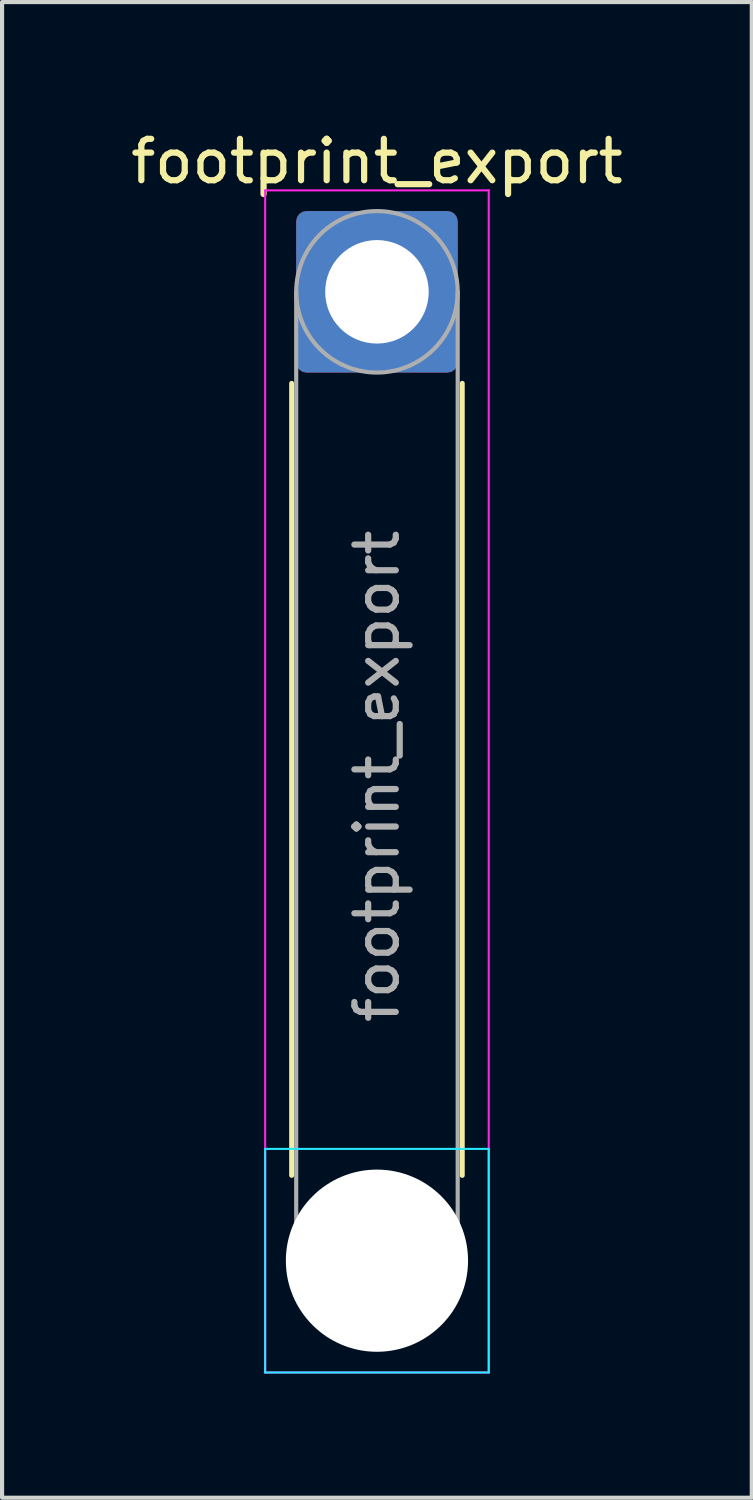
<source format=kicad_pcb>
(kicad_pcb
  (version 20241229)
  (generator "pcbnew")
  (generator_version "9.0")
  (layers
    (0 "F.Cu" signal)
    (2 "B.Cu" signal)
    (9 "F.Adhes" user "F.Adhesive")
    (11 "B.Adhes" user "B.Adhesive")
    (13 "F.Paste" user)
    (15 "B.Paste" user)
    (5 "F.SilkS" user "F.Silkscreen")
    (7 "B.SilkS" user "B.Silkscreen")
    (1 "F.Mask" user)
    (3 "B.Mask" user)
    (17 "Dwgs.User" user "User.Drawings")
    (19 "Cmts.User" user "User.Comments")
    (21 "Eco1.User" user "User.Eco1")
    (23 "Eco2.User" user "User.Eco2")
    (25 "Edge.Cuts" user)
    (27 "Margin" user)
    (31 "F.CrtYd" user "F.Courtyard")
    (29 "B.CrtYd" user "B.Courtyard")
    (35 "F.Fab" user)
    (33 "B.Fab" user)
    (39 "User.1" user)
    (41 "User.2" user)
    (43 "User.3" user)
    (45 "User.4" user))
  (footprint "footprint_export"
    (layer "F.Cu")
    (at 6.054 3.998)
    (property "Reference" "footprint_export" (at 0 -3.15 0) (layer "F.SilkS") (effects (font (size 1 1) (thickness 0.15))))
    (attr exclude_from_pos_files exclude_from_bom)
    (fp_line (start -2.06 2.21) (end -2.06 21.34) (stroke (width 0.12) (type solid)) (layer "F.SilkS"))
    (fp_line (start 2.06 2.21) (end 2.06 21.34) (stroke (width 0.12) (type solid)) (layer "F.SilkS"))
    (fp_line (start -2.7 20.7) (end -2.7 26.1) (stroke (width 0.05) (type solid)) (layer "B.CrtYd"))
    (fp_line (start -2.7 26.1) (end 2.7 26.1) (stroke (width 0.05) (type solid)) (layer "B.CrtYd"))
    (fp_line (start 2.7 20.7) (end -2.7 20.7) (stroke (width 0.05) (type solid)) (layer "B.CrtYd"))
    (fp_line (start 2.7 26.1) (end 2.7 20.7) (stroke (width 0.05) (type solid)) (layer "B.CrtYd"))
    (fp_line (start -2.7 -2.45) (end -2.7 26.1) (stroke (width 0.05) (type solid)) (layer "F.CrtYd"))
    (fp_line (start -2.7 26.1) (end 2.7 26.1) (stroke (width 0.05) (type solid)) (layer "F.CrtYd"))
    (fp_line (start 2.7 -2.45) (end -2.7 -2.45) (stroke (width 0.05) (type solid)) (layer "F.CrtYd"))
    (fp_line (start 2.7 26.1) (end 2.7 -2.45) (stroke (width 0.05) (type solid)) (layer "F.CrtYd"))
    (fp_line (start -1.95 0) (end -1.95 23.4) (stroke (width 0.1) (type solid)) (layer "F.Fab"))
    (fp_line (start 1.95 0) (end 1.95 23.4) (stroke (width 0.1) (type solid)) (layer "F.Fab"))
    (fp_circle (center 0 0) (end 1.95 0) (stroke (width 0.1) (type solid)) (fill no) (layer "F.Fab"))
    (fp_circle (center 0 23.4) (end 1.95 23.4) (stroke (width 0.1) (type solid)) (fill no) (layer "F.Fab"))
    (fp_text user "${REFERENCE}" (at 0 11.7 90) (layer "F.Fab") (effects (font (size 1 1) (thickness 0.15))))
    (pad "" np_thru_hole circle (at 0 23.4) (size 4.4 4.4) (drill 4.4) (layers "*.Cu" "*.Mask"))
    (pad "1" thru_hole roundrect (at 0 0) (size 3.9 3.9) (drill 2.5) (layers "*.Cu" "*.Mask") (roundrect_rratio 0.064)))
  (gr_rect
    (start -3 -3)
    (end 15.107 33.123)
    (stroke (width 0.1) (type default))
    (fill no)
    (layer "Edge.Cuts")))
</source>
